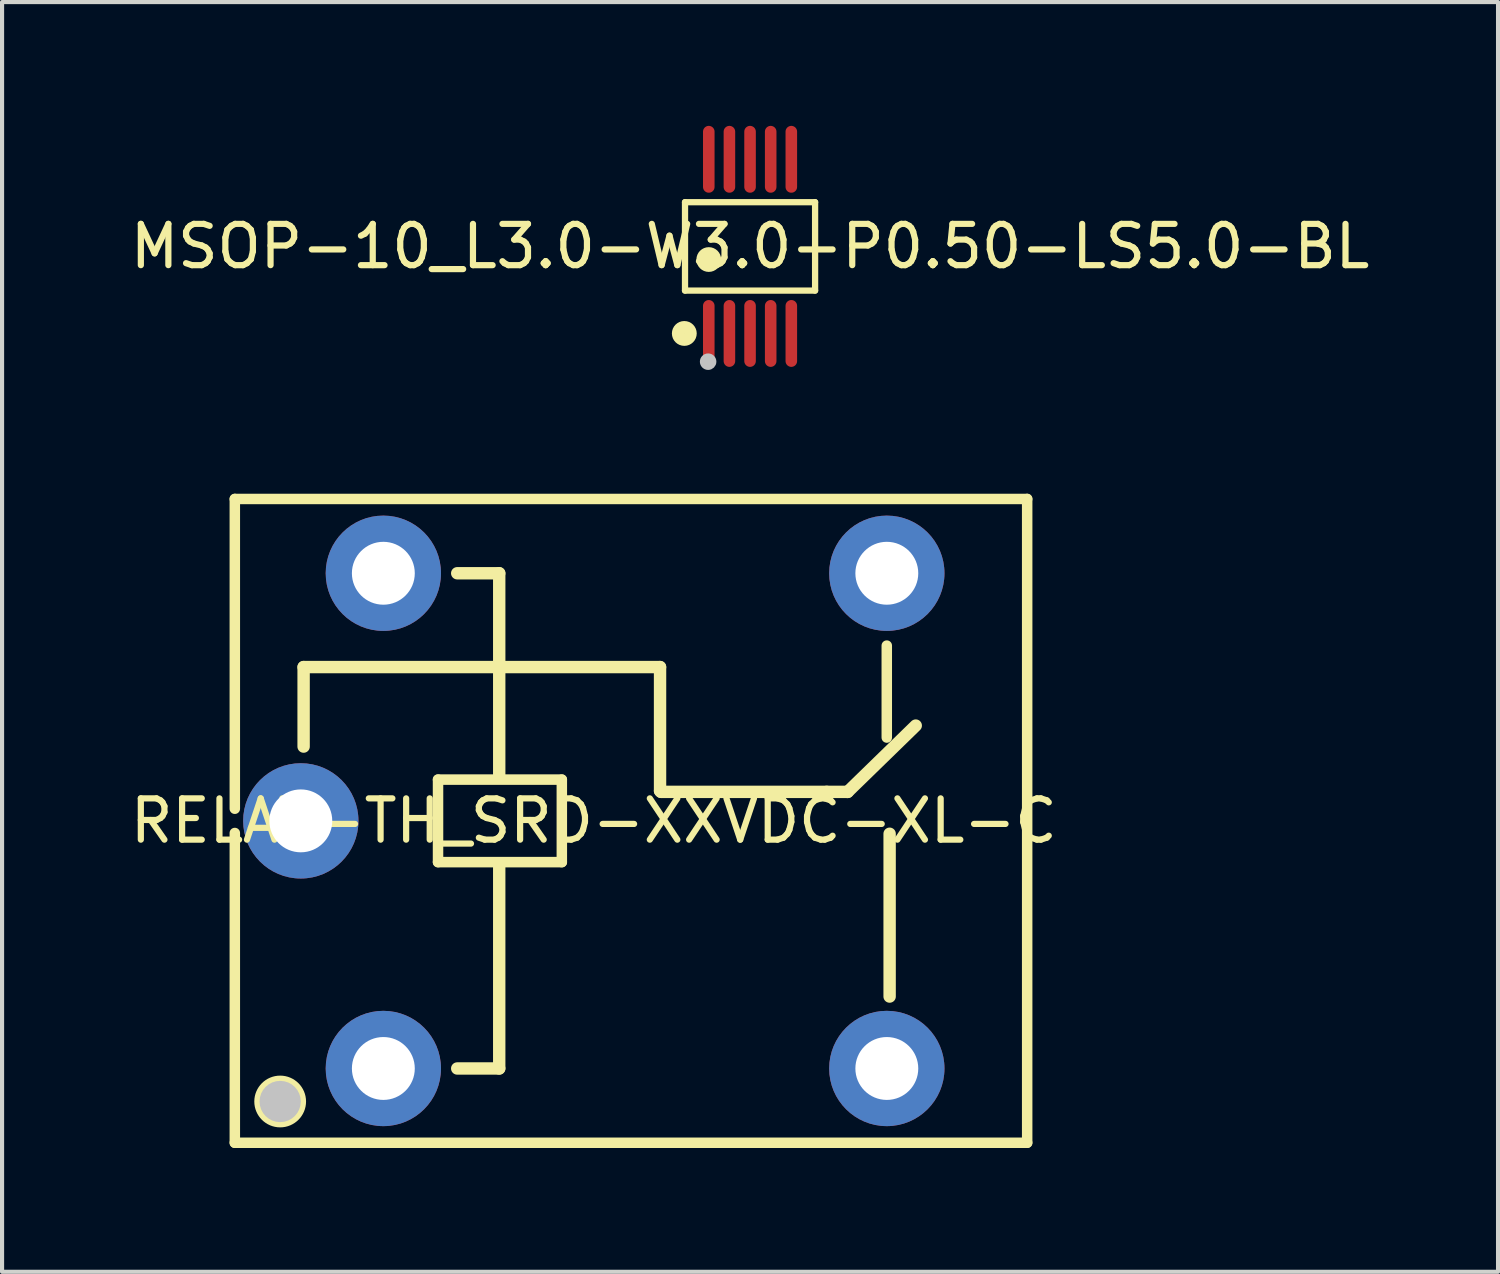
<source format=kicad_pcb>
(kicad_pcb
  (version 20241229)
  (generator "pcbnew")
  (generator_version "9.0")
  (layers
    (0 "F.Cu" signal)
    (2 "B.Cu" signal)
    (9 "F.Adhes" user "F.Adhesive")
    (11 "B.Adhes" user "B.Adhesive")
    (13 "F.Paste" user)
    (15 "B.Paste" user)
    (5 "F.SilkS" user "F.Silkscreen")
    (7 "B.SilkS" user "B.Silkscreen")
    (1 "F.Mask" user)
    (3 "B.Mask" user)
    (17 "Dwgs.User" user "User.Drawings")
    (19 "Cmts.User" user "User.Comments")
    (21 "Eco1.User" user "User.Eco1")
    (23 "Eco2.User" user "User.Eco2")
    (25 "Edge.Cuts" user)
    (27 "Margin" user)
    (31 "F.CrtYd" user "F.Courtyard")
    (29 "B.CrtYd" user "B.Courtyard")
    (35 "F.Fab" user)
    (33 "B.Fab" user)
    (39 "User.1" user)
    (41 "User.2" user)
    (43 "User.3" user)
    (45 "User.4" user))
  (footprint "MSOP-10_L3.0-W3.0-P0.50-LS5.0-BL"
    (layer "F.Cu")
    (at 15.125 2.92)
    (property "Reference" "MSOP-10_L3.0-W3.0-P0.50-LS5.0-BL" (at 0 0 0) (layer "F.SilkS") (effects (font (size 1 1) (thickness 0.15))))
    (fp_line (start -1.576 -1.071) (end 1.576 -1.071) (stroke (width 0.152) (type default)) (layer "F.SilkS"))
    (fp_line (start -1.576 1.071) (end -1.576 -1.071) (stroke (width 0.152) (type default)) (layer "F.SilkS"))
    (fp_line (start 1.576 -1.071) (end 1.576 1.071) (stroke (width 0.152) (type default)) (layer "F.SilkS"))
    (fp_line (start 1.576 1.071) (end -1.576 1.071) (stroke (width 0.152) (type default)) (layer "F.SilkS"))
    (fp_circle (center -1.593 2.11) (end -1.442 2.11) (stroke (width 0.3) (type default)) (fill no) (layer "F.SilkS"))
    (fp_circle (center -1 0.319) (end -0.85 0.319) (stroke (width 0.3) (type default)) (fill no) (layer "F.SilkS"))
    (fp_circle (center -1.016 2.794) (end -0.916 2.794) (stroke (width 0.2) (type default)) (fill no) (layer "Dwgs.User"))
    (fp_poly (pts (xy -1.113 -2.45) (xy -1.113 -1.9) (xy -0.887 -1.9) (xy -0.887 -2.45)) (stroke (width 0.1) (type default)) (fill no) (layer "User.1"))
    (fp_poly (pts (xy -1.113 -1.91) (xy -1.113 -1.49) (xy -0.887 -1.49) (xy -0.887 -1.91)) (stroke (width 0.1) (type default)) (fill no) (layer "User.1"))
    (fp_poly (pts (xy -1.113 1.91) (xy -1.113 1.49) (xy -0.887 1.49) (xy -0.887 1.91)) (stroke (width 0.1) (type default)) (fill no) (layer "User.1"))
    (fp_poly (pts (xy -1.113 2.45) (xy -1.113 1.9) (xy -0.887 1.9) (xy -0.887 2.45)) (stroke (width 0.1) (type default)) (fill no) (layer "User.1"))
    (fp_poly (pts (xy -0.613 -2.45) (xy -0.613 -1.9) (xy -0.388 -1.9) (xy -0.388 -2.45)) (stroke (width 0.1) (type default)) (fill no) (layer "User.1"))
    (fp_poly (pts (xy -0.613 -1.91) (xy -0.613 -1.49) (xy -0.388 -1.49) (xy -0.388 -1.91)) (stroke (width 0.1) (type default)) (fill no) (layer "User.1"))
    (fp_poly (pts (xy -0.613 1.91) (xy -0.613 1.49) (xy -0.388 1.49) (xy -0.388 1.91)) (stroke (width 0.1) (type default)) (fill no) (layer "User.1"))
    (fp_poly (pts (xy -0.613 2.45) (xy -0.613 1.9) (xy -0.388 1.9) (xy -0.388 2.45)) (stroke (width 0.1) (type default)) (fill no) (layer "User.1"))
    (fp_poly (pts (xy -0.113 -2.45) (xy -0.113 -1.9) (xy 0.113 -1.9) (xy 0.113 -2.45)) (stroke (width 0.1) (type default)) (fill no) (layer "User.1"))
    (fp_poly (pts (xy -0.113 -1.91) (xy -0.113 -1.49) (xy 0.113 -1.49) (xy 0.113 -1.91)) (stroke (width 0.1) (type default)) (fill no) (layer "User.1"))
    (fp_poly (pts (xy -0.113 1.91) (xy -0.113 1.49) (xy 0.113 1.49) (xy 0.113 1.91)) (stroke (width 0.1) (type default)) (fill no) (layer "User.1"))
    (fp_poly (pts (xy -0.113 2.45) (xy -0.113 1.9) (xy 0.113 1.9) (xy 0.113 2.45)) (stroke (width 0.1) (type default)) (fill no) (layer "User.1"))
    (fp_poly (pts (xy 0.388 -2.45) (xy 0.388 -1.9) (xy 0.613 -1.9) (xy 0.613 -2.45)) (stroke (width 0.1) (type default)) (fill no) (layer "User.1"))
    (fp_poly (pts (xy 0.388 -1.91) (xy 0.388 -1.49) (xy 0.613 -1.49) (xy 0.613 -1.91)) (stroke (width 0.1) (type default)) (fill no) (layer "User.1"))
    (fp_poly (pts (xy 0.388 1.91) (xy 0.388 1.49) (xy 0.613 1.49) (xy 0.613 1.91)) (stroke (width 0.1) (type default)) (fill no) (layer "User.1"))
    (fp_poly (pts (xy 0.388 2.45) (xy 0.388 1.9) (xy 0.613 1.9) (xy 0.613 2.45)) (stroke (width 0.1) (type default)) (fill no) (layer "User.1"))
    (fp_poly (pts (xy 0.887 -2.45) (xy 0.887 -1.9) (xy 1.113 -1.9) (xy 1.113 -2.45)) (stroke (width 0.1) (type default)) (fill no) (layer "User.1"))
    (fp_poly (pts (xy 0.887 -1.91) (xy 0.887 -1.49) (xy 1.113 -1.49) (xy 1.113 -1.91)) (stroke (width 0.1) (type default)) (fill no) (layer "User.1"))
    (fp_poly (pts (xy 0.887 1.91) (xy 0.887 1.49) (xy 1.113 1.49) (xy 1.113 1.91)) (stroke (width 0.1) (type default)) (fill no) (layer "User.1"))
    (fp_poly (pts (xy 0.887 2.45) (xy 0.887 1.9) (xy 1.113 1.9) (xy 1.113 2.45)) (stroke (width 0.1) (type default)) (fill no) (layer "User.1"))
    (fp_line (start -1.5 -1.5) (end 1.5 -1.5) (stroke (width 0.051) (type default)) (layer "User.2"))
    (fp_line (start -1.5 1.5) (end -1.5 -1.5) (stroke (width 0.051) (type default)) (layer "User.2"))
    (fp_line (start 1.5 -1.5) (end 1.5 1.5) (stroke (width 0.051) (type default)) (layer "User.2"))
    (fp_line (start 1.5 1.5) (end -1.5 1.5) (stroke (width 0.051) (type default)) (layer "User.2"))
    (fp_poly (pts (xy -1.445 2.427) (xy -1.477 2.395) (xy -1.523 2.395) (xy -1.555 2.427) (xy -1.555 2.473) (xy -1.523 2.505) (xy -1.477 2.505) (xy -1.445 2.473)) (stroke (width 0.1) (type default)) (fill no) (layer "User.3"))
    (pad "1" smd oval (at -1 2.11) (size 0.28 1.62) (layers "F.Cu" "F.Mask" "F.Paste"))
    (pad "2" smd oval (at -0.5 2.11) (size 0.28 1.62) (layers "F.Cu" "F.Mask" "F.Paste"))
    (pad "3" smd oval (at 0 2.11) (size 0.28 1.62) (layers "F.Cu" "F.Mask" "F.Paste"))
    (pad "4" smd oval (at 0.5 2.11) (size 0.28 1.62) (layers "F.Cu" "F.Mask" "F.Paste"))
    (pad "5" smd oval (at 1 2.11) (size 0.28 1.62) (layers "F.Cu" "F.Mask" "F.Paste"))
    (pad "6" smd oval (at 1 -2.11) (size 0.28 1.62) (layers "F.Cu" "F.Mask" "F.Paste"))
    (pad "7" smd oval (at 0.5 -2.11) (size 0.28 1.62) (layers "F.Cu" "F.Mask" "F.Paste"))
    (pad "8" smd oval (at 0 -2.11) (size 0.28 1.62) (layers "F.Cu" "F.Mask" "F.Paste"))
    (pad "9" smd oval (at -0.5 -2.11) (size 0.28 1.62) (layers "F.Cu" "F.Mask" "F.Paste"))
    (pad "10" smd oval (at -1 -2.11) (size 0.28 1.62) (layers "F.Cu" "F.Mask" "F.Paste")))
  (footprint "RELAY-TH_SRD-XXVDC-XL-C"
    (layer "F.Cu")
    (at 11.339 16.841)
    (property "Reference" "RELAY-TH_SRD-XXVDC-XL-C" (at 0 0 0) (layer "F.SilkS") (effects (font (size 1 1) (thickness 0.15))))
    (fp_line (start -8.699 -7.8) (end -8.699 -0.294) (stroke (width 0.254) (type default)) (layer "F.SilkS"))
    (fp_line (start -8.699 0.294) (end -8.699 7.8) (stroke (width 0.254) (type default)) (layer "F.SilkS"))
    (fp_line (start -7.032 -3.727) (end 1.605 -3.727) (stroke (width 0.3) (type default)) (layer "F.SilkS"))
    (fp_line (start -7.032 -1.8) (end -7.032 -3.727) (stroke (width 0.3) (type default)) (layer "F.SilkS"))
    (fp_line (start -3.775 -1) (end -0.775 -1) (stroke (width 0.254) (type default)) (layer "F.SilkS"))
    (fp_line (start -3.775 1) (end -3.775 -1) (stroke (width 0.254) (type default)) (layer "F.SilkS"))
    (fp_line (start -2.292 -6) (end -3.31 -6) (stroke (width 0.3) (type default)) (layer "F.SilkS"))
    (fp_line (start -2.292 -1.051) (end -2.292 -6) (stroke (width 0.3) (type default)) (layer "F.SilkS"))
    (fp_line (start -2.292 6) (end -3.31 6) (stroke (width 0.3) (type default)) (layer "F.SilkS"))
    (fp_line (start -2.292 6) (end -2.292 1.052) (stroke (width 0.3) (type default)) (layer "F.SilkS"))
    (fp_line (start -0.775 -1) (end -0.775 1) (stroke (width 0.254) (type default)) (layer "F.SilkS"))
    (fp_line (start -0.775 1) (end -3.775 1) (stroke (width 0.254) (type default)) (layer "F.SilkS"))
    (fp_line (start 1.605 -3.727) (end 1.605 -0.727) (stroke (width 0.3) (type default)) (layer "F.SilkS"))
    (fp_line (start 1.605 -0.727) (end 1.629 -0.703) (stroke (width 0.3) (type default)) (layer "F.SilkS"))
    (fp_line (start 1.629 -0.703) (end 5.644 -0.703) (stroke (width 0.3) (type default)) (layer "F.SilkS"))
    (fp_line (start 5.644 -0.703) (end 6.152 -0.703) (stroke (width 0.3) (type default)) (layer "F.SilkS"))
    (fp_line (start 6.15 -0.701) (end 7.801 -2.309) (stroke (width 0.3) (type default)) (layer "F.SilkS"))
    (fp_line (start 7.099 -4.247) (end 7.099 -2.019) (stroke (width 0.254) (type default)) (layer "F.SilkS"))
    (fp_line (start 7.168 4.257) (end 7.168 0.312) (stroke (width 0.3) (type default)) (layer "F.SilkS"))
    (fp_line (start 10.501 -7.8) (end -8.699 -7.8) (stroke (width 0.254) (type default)) (layer "F.SilkS"))
    (fp_line (start 10.501 7.8) (end -8.699 7.8) (stroke (width 0.254) (type default)) (layer "F.SilkS"))
    (fp_line (start 10.501 7.8) (end 10.501 -7.8) (stroke (width 0.254) (type default)) (layer "F.SilkS"))
    (fp_circle (center -7.6 6.8) (end -7.1 6.8) (stroke (width 0.254) (type default)) (fill no) (layer "F.SilkS"))
    (fp_circle (center -7.6 6.8) (end -7.35 6.8) (stroke (width 0.5) (type default)) (fill no) (layer "Dwgs.User"))
    (fp_poly (pts (xy -6.9 -0.55) (xy -6.9 0.55) (xy -7.3 0.55) (xy -7.3 -0.55)) (stroke (width 0.1) (type default)) (fill no) (layer "User.1"))
    (fp_poly (pts (xy 7.6 -5.75) (xy 6.6 -5.75) (xy 6.6 -6.25) (xy 7.6 -6.25)) (stroke (width 0.1) (type default)) (fill no) (layer "User.1"))
    (fp_poly (pts (xy 7.6 6.25) (xy 6.6 6.25) (xy 6.6 5.75) (xy 7.6 5.75)) (stroke (width 0.1) (type default)) (fill no) (layer "User.1"))
    (fp_poly (pts (xy -4.803 -6.039) (xy -4.823 -6.115) (xy -4.862 -6.183) (xy -4.917 -6.238) (xy -4.985 -6.277) (xy -5.061 -6.297) (xy -5.139 -6.297) (xy -5.215 -6.277) (xy -5.283 -6.238) (xy -5.338 -6.183) (xy -5.377 -6.115) (xy -5.397 -6.039) (xy -5.397 -5.961) (xy -5.377 -5.885) (xy -5.338 -5.817) (xy -5.283 -5.762) (xy -5.215 -5.723) (xy -5.139 -5.703) (xy -5.061 -5.703) (xy -4.985 -5.723) (xy -4.917 -5.762) (xy -4.862 -5.817) (xy -4.823 -5.885) (xy -4.803 -5.961)) (stroke (width 0.1) (type default)) (fill no) (layer "User.1"))
    (fp_poly (pts (xy -4.803 5.961) (xy -4.823 5.885) (xy -4.862 5.817) (xy -4.917 5.762) (xy -4.985 5.723) (xy -5.061 5.703) (xy -5.139 5.703) (xy -5.215 5.723) (xy -5.283 5.762) (xy -5.338 5.817) (xy -5.377 5.885) (xy -5.397 5.961) (xy -5.397 6.039) (xy -5.377 6.115) (xy -5.338 6.183) (xy -5.283 6.238) (xy -5.215 6.277) (xy -5.139 6.297) (xy -5.061 6.297) (xy -4.985 6.277) (xy -4.917 6.238) (xy -4.862 6.183) (xy -4.823 6.115) (xy -4.803 6.039)) (stroke (width 0.1) (type default)) (fill no) (layer "User.1"))
    (fp_line (start -8.7 -7.8) (end 10.5 -7.8) (stroke (width 0.051) (type default)) (layer "User.2"))
    (fp_line (start -8.7 7.8) (end -8.7 -7.8) (stroke (width 0.051) (type default)) (layer "User.2"))
    (fp_line (start 10.5 -7.8) (end 10.5 7.8) (stroke (width 0.051) (type default)) (layer "User.2"))
    (fp_line (start 10.5 7.8) (end -8.7 7.8) (stroke (width 0.051) (type default)) (layer "User.2"))
    (fp_poly (pts (xy -8.645 7.777) (xy -8.677 7.744) (xy -8.723 7.744) (xy -8.755 7.777) (xy -8.755 7.822) (xy -8.723 7.855) (xy -8.677 7.855) (xy -8.645 7.822)) (stroke (width 0.1) (type default)) (fill no) (layer "User.3"))
    (pad "1" thru_hole circle (at -5.1 6 180) (size 2.794 2.794) (drill 1.524) (layers "*.Cu" "*.Mask"))
    (pad "2" thru_hole circle (at 7.1 6 180) (size 2.794 2.794) (drill 1.524) (layers "*.Cu" "*.Mask"))
    (pad "3" thru_hole circle (at 7.1 -6 180) (size 2.794 2.794) (drill 1.524) (layers "*.Cu" "*.Mask"))
    (pad "4" thru_hole circle (at -5.1 -6 180) (size 2.794 2.794) (drill 1.524) (layers "*.Cu" "*.Mask"))
    (pad "5" thru_hole circle (at -7.1 0 180) (size 2.794 2.794) (drill 1.524) (layers "*.Cu" "*.Mask")))
  (gr_rect
    (start -3 -3)
    (end 33.25 27.768)
    (stroke (width 0.1) (type default))
    (fill no)
    (layer "Edge.Cuts")))
</source>
